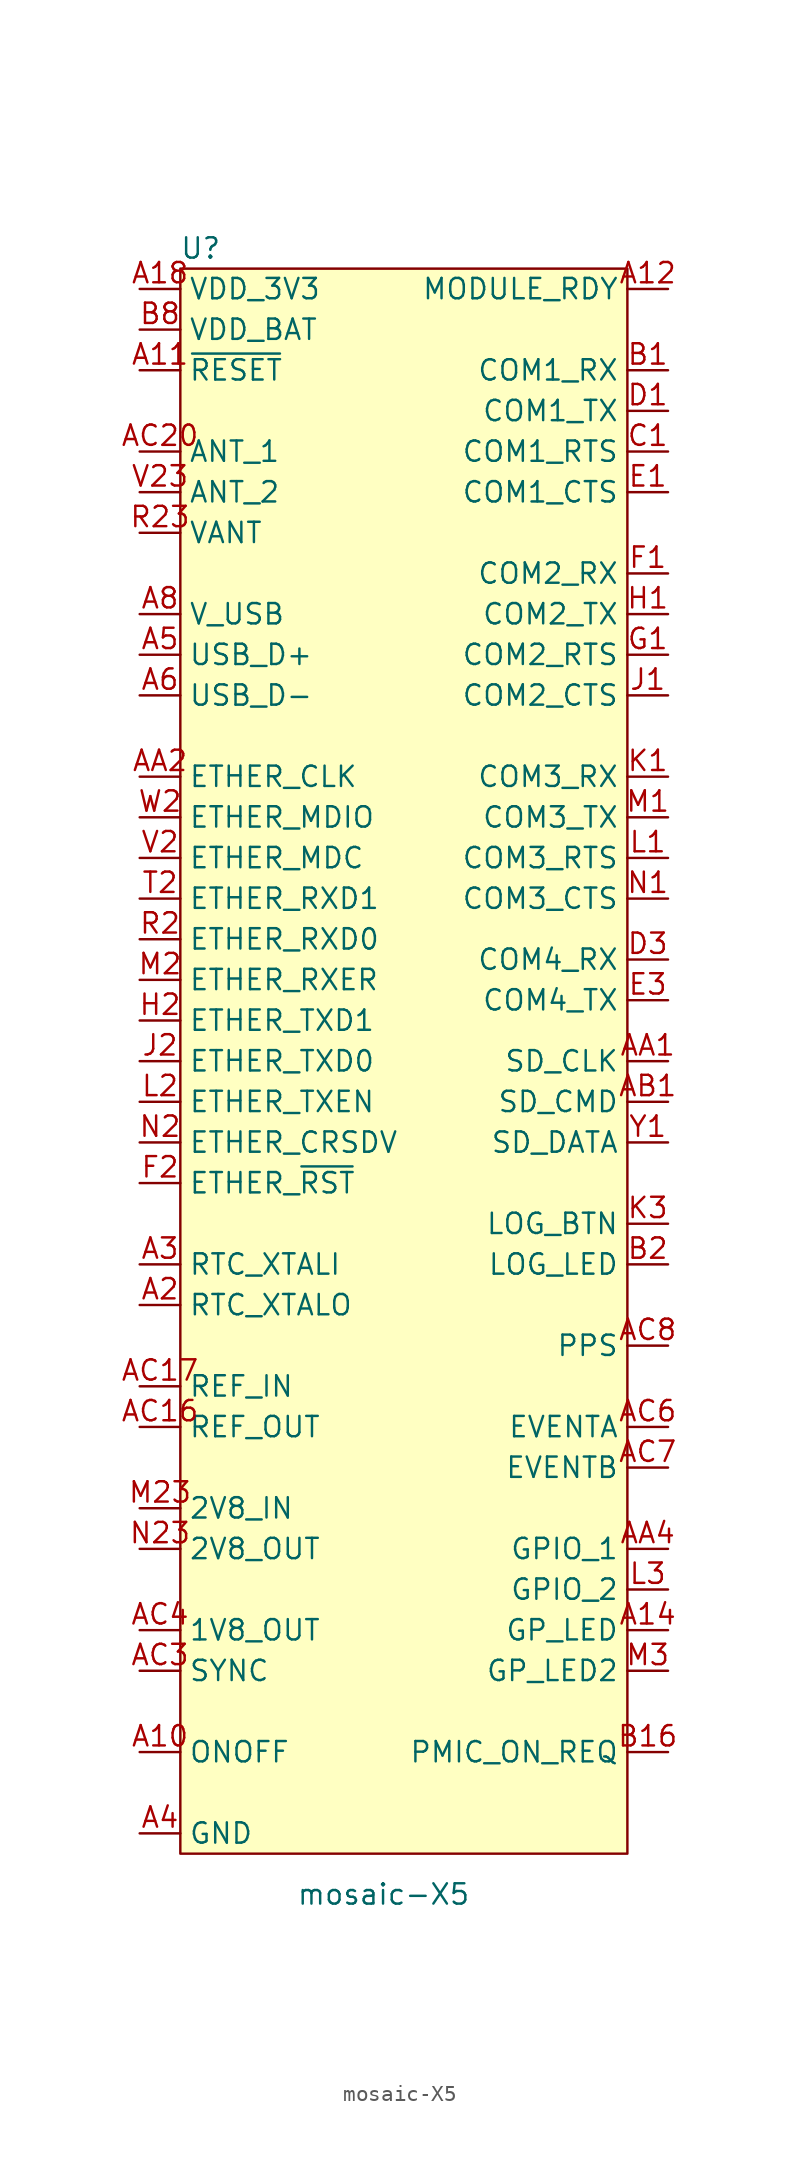
<source format=kicad_sym>
(kicad_symbol_lib
  (version 20231120)
  (generator "kicad_symbol_editor")
  (generator_version "8.0")
  (symbol "mosaic-X5"
    (property "Reference" "U"
      (at -12.7 44.45 0)
      (effects (font (size 1.27 1.27))))
    (property "Value" "mosaic-X5"
      (at -1.27 -58.42 0)
      (effects (font (size 1.27 1.27))))
    (symbol "mosaic-X5_1_1"
      (rectangle (start -13.97 43.18) (end 13.97 -55.88) (stroke (width 0) (type default)) (fill (type background)))
      (pin input line (at -16.51 -49.53 0) (length 2.54) (name "ONOFF" (effects (font (size 1.27 1.27)))) (number "A10" (effects (font (size 1.27 1.27)))))
      (pin input line (at -16.51 36.83 0) (length 2.54) (name "~{RESET}" (effects (font (size 1.27 1.27)))) (number "A11" (effects (font (size 1.27 1.27)))))
      (pin output line (at 16.51 41.91 180) (length 2.54) (name "MODULE_RDY" (effects (font (size 1.27 1.27)))) (number "A12" (effects (font (size 1.27 1.27)))))
      (pin output line (at 16.51 -41.91 180) (length 2.54) (name "GP_LED" (effects (font (size 1.27 1.27)))) (number "A14" (effects (font (size 1.27 1.27)))))
      (pin power_in line (at -16.51 -54.61 0) (length 2.54) hide (name "GND" (effects (font (size 1.27 1.27)))) (number "A15" (effects (font (size 1.27 1.27)))) (alternate "PowerPins" input line))
      (pin power_in line (at -16.51 -54.61 0) (length 2.54) hide (name "GND" (effects (font (size 1.27 1.27)))) (number "A16" (effects (font (size 1.27 1.27)))) (alternate "PowerPins" input line))
      (pin power_in line (at -16.51 -54.61 0) (length 2.54) hide (name "GND" (effects (font (size 1.27 1.27)))) (number "A17" (effects (font (size 1.27 1.27)))) (alternate "PowerPins" input line))
      (pin power_in line (at -16.51 41.91 0) (length 2.54) (name "VDD_3V3" (effects (font (size 1.27 1.27)))) (number "A18" (effects (font (size 1.27 1.27)))))
      (pin power_in line (at -16.51 41.91 0) (length 2.54) hide (name "VDD_3V3" (effects (font (size 1.27 1.27)))) (number "A19" (effects (font (size 1.27 1.27)))))
      (pin output line (at -16.51 -21.59 0) (length 2.54) (name "RTC_XTALO" (effects (font (size 1.27 1.27)))) (number "A2" (effects (font (size 1.27 1.27)))))
      (pin power_in line (at -16.51 41.91 0) (length 2.54) hide (name "VDD_3V3" (effects (font (size 1.27 1.27)))) (number "A20" (effects (font (size 1.27 1.27)))))
      (pin power_in line (at -16.51 -54.61 0) (length 2.54) hide (name "GND" (effects (font (size 1.27 1.27)))) (number "A21" (effects (font (size 1.27 1.27)))) (alternate "PowerPins" input line))
      (pin power_in line (at -16.51 -54.61 0) (length 2.54) hide (name "GND" (effects (font (size 1.27 1.27)))) (number "A22" (effects (font (size 1.27 1.27)))) (alternate "PowerPins" input line))
      (pin power_in line (at -16.51 -54.61 0) (length 2.54) hide (name "GND" (effects (font (size 1.27 1.27)))) (number "A23" (effects (font (size 1.27 1.27)))) (alternate "PowerPins" input line))
      (pin input line (at -16.51 -19.05 0) (length 2.54) (name "RTC_XTALI" (effects (font (size 1.27 1.27)))) (number "A3" (effects (font (size 1.27 1.27)))))
      (pin power_in line (at -16.51 -54.61 0) (length 2.54) (name "GND" (effects (font (size 1.27 1.27)))) (number "A4" (effects (font (size 1.27 1.27)))) (alternate "PowerPins" input line))
      (pin bidirectional line (at -16.51 19.05 0) (length 2.54) (name "USB_D+" (effects (font (size 1.27 1.27)))) (number "A5" (effects (font (size 1.27 1.27)))))
      (pin bidirectional line (at -16.51 16.51 0) (length 2.54) (name "USB_D-" (effects (font (size 1.27 1.27)))) (number "A6" (effects (font (size 1.27 1.27)))))
      (pin power_in line (at -16.51 -54.61 0) (length 2.54) hide (name "GND" (effects (font (size 1.27 1.27)))) (number "A7" (effects (font (size 1.27 1.27)))) (alternate "PowerPins" input line))
      (pin power_in line (at -16.51 21.59 0) (length 2.54) (name "V_USB" (effects (font (size 1.27 1.27)))) (number "A8" (effects (font (size 1.27 1.27)))))
      (pin output line (at 16.51 -6.35 180) (length 2.54) (name "SD_CLK" (effects (font (size 1.27 1.27)))) (number "AA1" (effects (font (size 1.27 1.27)))))
      (pin power_in line (at -16.51 -54.61 0) (length 2.54) hide (name "GND" (effects (font (size 1.27 1.27)))) (number "AA13" (effects (font (size 1.27 1.27)))) (alternate "PowerPins" input line))
      (pin power_in line (at -16.51 -54.61 0) (length 2.54) hide (name "GND" (effects (font (size 1.27 1.27)))) (number "AA14" (effects (font (size 1.27 1.27)))) (alternate "PowerPins" input line))
      (pin power_in line (at -16.51 -54.61 0) (length 2.54) hide (name "GND" (effects (font (size 1.27 1.27)))) (number "AA15" (effects (font (size 1.27 1.27)))) (alternate "PowerPins" input line))
      (pin power_in line (at -16.51 -54.61 0) (length 2.54) hide (name "GND" (effects (font (size 1.27 1.27)))) (number "AA16" (effects (font (size 1.27 1.27)))) (alternate "PowerPins" input line))
      (pin power_in line (at -16.51 -54.61 0) (length 2.54) hide (name "GND" (effects (font (size 1.27 1.27)))) (number "AA17" (effects (font (size 1.27 1.27)))) (alternate "PowerPins" input line))
      (pin power_in line (at -16.51 -54.61 0) (length 2.54) hide (name "GND" (effects (font (size 1.27 1.27)))) (number "AA18" (effects (font (size 1.27 1.27)))) (alternate "PowerPins" input line))
      (pin power_in line (at -16.51 -54.61 0) (length 2.54) hide (name "GND" (effects (font (size 1.27 1.27)))) (number "AA19" (effects (font (size 1.27 1.27)))) (alternate "PowerPins" input line))
      (pin output line (at -16.51 11.43 0) (length 2.54) (name "ETHER_CLK" (effects (font (size 1.27 1.27)))) (number "AA2" (effects (font (size 1.27 1.27)))))
      (pin power_in line (at -16.51 -54.61 0) (length 2.54) hide (name "GND" (effects (font (size 1.27 1.27)))) (number "AA20" (effects (font (size 1.27 1.27)))) (alternate "PowerPins" input line))
      (pin power_in line (at -16.51 -54.61 0) (length 2.54) hide (name "GND" (effects (font (size 1.27 1.27)))) (number "AA21" (effects (font (size 1.27 1.27)))) (alternate "PowerPins" input line))
      (pin power_in line (at -16.51 -54.61 0) (length 2.54) hide (name "GND" (effects (font (size 1.27 1.27)))) (number "AA22" (effects (font (size 1.27 1.27)))) (alternate "PowerPins" input line))
      (pin power_in line (at -16.51 -54.61 0) (length 2.54) hide (name "GND" (effects (font (size 1.27 1.27)))) (number "AA23" (effects (font (size 1.27 1.27)))) (alternate "PowerPins" input line))
      (pin output line (at 16.51 -36.83 180) (length 2.54) (name "GPIO_1" (effects (font (size 1.27 1.27)))) (number "AA4" (effects (font (size 1.27 1.27)))))
      (pin output line (at 16.51 -8.89 180) (length 2.54) (name "SD_CMD" (effects (font (size 1.27 1.27)))) (number "AB1" (effects (font (size 1.27 1.27)))))
      (pin power_in line (at -16.51 -54.61 0) (length 2.54) hide (name "GND" (effects (font (size 1.27 1.27)))) (number "AB13" (effects (font (size 1.27 1.27)))) (alternate "PowerPins" input line))
      (pin power_in line (at -16.51 -54.61 0) (length 2.54) hide (name "GND" (effects (font (size 1.27 1.27)))) (number "AB14" (effects (font (size 1.27 1.27)))) (alternate "PowerPins" input line))
      (pin power_in line (at -16.51 -54.61 0) (length 2.54) hide (name "GND" (effects (font (size 1.27 1.27)))) (number "AB15" (effects (font (size 1.27 1.27)))) (alternate "PowerPins" input line))
      (pin power_in line (at -16.51 -54.61 0) (length 2.54) hide (name "GND" (effects (font (size 1.27 1.27)))) (number "AB16" (effects (font (size 1.27 1.27)))) (alternate "PowerPins" input line))
      (pin power_in line (at -16.51 -54.61 0) (length 2.54) hide (name "GND" (effects (font (size 1.27 1.27)))) (number "AB17" (effects (font (size 1.27 1.27)))) (alternate "PowerPins" input line))
      (pin power_in line (at -16.51 -54.61 0) (length 2.54) hide (name "GND" (effects (font (size 1.27 1.27)))) (number "AB18" (effects (font (size 1.27 1.27)))) (alternate "PowerPins" input line))
      (pin power_in line (at -16.51 -54.61 0) (length 2.54) hide (name "GND" (effects (font (size 1.27 1.27)))) (number "AB19" (effects (font (size 1.27 1.27)))) (alternate "PowerPins" input line))
      (pin power_in line (at -16.51 -54.61 0) (length 2.54) hide (name "GND" (effects (font (size 1.27 1.27)))) (number "AB2" (effects (font (size 1.27 1.27)))) (alternate "PowerPins" input line))
      (pin power_in line (at -16.51 -54.61 0) (length 2.54) hide (name "GND" (effects (font (size 1.27 1.27)))) (number "AB20" (effects (font (size 1.27 1.27)))) (alternate "PowerPins" input line))
      (pin power_in line (at -16.51 -54.61 0) (length 2.54) hide (name "GND" (effects (font (size 1.27 1.27)))) (number "AB21" (effects (font (size 1.27 1.27)))) (alternate "PowerPins" input line))
      (pin power_in line (at -16.51 -54.61 0) (length 2.54) hide (name "GND" (effects (font (size 1.27 1.27)))) (number "AB22" (effects (font (size 1.27 1.27)))) (alternate "PowerPins" input line))
      (pin power_in line (at -16.51 -54.61 0) (length 2.54) hide (name "GND" (effects (font (size 1.27 1.27)))) (number "AB23" (effects (font (size 1.27 1.27)))) (alternate "PowerPins" input line))
      (pin power_in line (at -16.51 -54.61 0) (length 2.54) hide (name "GND" (effects (font (size 1.27 1.27)))) (number "AB3" (effects (font (size 1.27 1.27)))) (alternate "PowerPins" input line))
      (pin power_in line (at -16.51 -54.61 0) (length 2.54) hide (name "GND" (effects (font (size 1.27 1.27)))) (number "AB4" (effects (font (size 1.27 1.27)))) (alternate "PowerPins" input line))
      (pin power_in line (at -16.51 -54.61 0) (length 2.54) hide (name "GND" (effects (font (size 1.27 1.27)))) (number "AB5" (effects (font (size 1.27 1.27)))) (alternate "PowerPins" input line))
      (pin power_in line (at -16.51 -54.61 0) (length 2.54) hide (name "GND" (effects (font (size 1.27 1.27)))) (number "AB6" (effects (font (size 1.27 1.27)))) (alternate "PowerPins" input line))
      (pin power_in line (at -16.51 -54.61 0) (length 2.54) hide (name "GND" (effects (font (size 1.27 1.27)))) (number "AB7" (effects (font (size 1.27 1.27)))) (alternate "PowerPins" input line))
      (pin power_in line (at -16.51 -54.61 0) (length 2.54) hide (name "GND" (effects (font (size 1.27 1.27)))) (number "AB8" (effects (font (size 1.27 1.27)))) (alternate "PowerPins" input line))
      (pin power_in line (at -16.51 -54.61 0) (length 2.54) hide (name "GND" (effects (font (size 1.27 1.27)))) (number "AC13" (effects (font (size 1.27 1.27)))) (alternate "PowerPins" input line))
      (pin no_connect line (at -13.97 -24.13 0) (length 2.54) hide (name "VTUNE" (effects (font (size 1.27 1.27)))) (number "AC14" (effects (font (size 1.27 1.27)))) (alternate "PowerPins" input line))
      (pin power_in line (at -16.51 -54.61 0) (length 2.54) hide (name "GND" (effects (font (size 1.27 1.27)))) (number "AC15" (effects (font (size 1.27 1.27)))) (alternate "PowerPins" input line))
      (pin output line (at -16.51 -29.21 0) (length 2.54) (name "REF_OUT" (effects (font (size 1.27 1.27)))) (number "AC16" (effects (font (size 1.27 1.27)))))
      (pin input line (at -16.51 -26.67 0) (length 2.54) (name "REF_IN" (effects (font (size 1.27 1.27)))) (number "AC17" (effects (font (size 1.27 1.27)))))
      (pin power_in line (at -16.51 -54.61 0) (length 2.54) hide (name "GND" (effects (font (size 1.27 1.27)))) (number "AC18" (effects (font (size 1.27 1.27)))) (alternate "PowerPins" input line))
      (pin power_in line (at -16.51 -54.61 0) (length 2.54) hide (name "GND" (effects (font (size 1.27 1.27)))) (number "AC19" (effects (font (size 1.27 1.27)))) (alternate "PowerPins" input line))
      (pin input line (at -16.51 31.75 0) (length 2.54) (name "ANT_1" (effects (font (size 1.27 1.27)))) (number "AC20" (effects (font (size 1.27 1.27)))))
      (pin power_in line (at -16.51 -54.61 0) (length 2.54) hide (name "GND" (effects (font (size 1.27 1.27)))) (number "AC21" (effects (font (size 1.27 1.27)))) (alternate "PowerPins" input line))
      (pin power_in line (at -16.51 -54.61 0) (length 2.54) hide (name "GND" (effects (font (size 1.27 1.27)))) (number "AC22" (effects (font (size 1.27 1.27)))) (alternate "PowerPins" input line))
      (pin power_in line (at -16.51 -54.61 0) (length 2.54) hide (name "GND" (effects (font (size 1.27 1.27)))) (number "AC23" (effects (font (size 1.27 1.27)))) (alternate "PowerPins" input line))
      (pin input line (at -16.51 -44.45 0) (length 2.54) (name "SYNC" (effects (font (size 1.27 1.27)))) (number "AC3" (effects (font (size 1.27 1.27)))))
      (pin power_out line (at -16.51 -41.91 0) (length 2.54) (name "1V8_OUT" (effects (font (size 1.27 1.27)))) (number "AC4" (effects (font (size 1.27 1.27)))))
      (pin input line (at 16.51 -29.21 180) (length 2.54) (name "EVENTA" (effects (font (size 1.27 1.27)))) (number "AC6" (effects (font (size 1.27 1.27)))))
      (pin input line (at 16.51 -31.75 180) (length 2.54) (name "EVENTB" (effects (font (size 1.27 1.27)))) (number "AC7" (effects (font (size 1.27 1.27)))))
      (pin output line (at 16.51 -24.13 180) (length 2.54) (name "PPS" (effects (font (size 1.27 1.27)))) (number "AC8" (effects (font (size 1.27 1.27)))))
      (pin input line (at 16.51 36.83 180) (length 2.54) (name "COM1_RX" (effects (font (size 1.27 1.27)))) (number "B1" (effects (font (size 1.27 1.27)))))
      (pin power_in line (at -16.51 -54.61 0) (length 2.54) hide (name "GND" (effects (font (size 1.27 1.27)))) (number "B13" (effects (font (size 1.27 1.27)))) (alternate "PowerPins" input line))
      (pin output line (at 16.51 -49.53 180) (length 2.54) (name "PMIC_ON_REQ" (effects (font (size 1.27 1.27)))) (number "B16" (effects (font (size 1.27 1.27)))))
      (pin power_in line (at -16.51 -54.61 0) (length 2.54) hide (name "GND" (effects (font (size 1.27 1.27)))) (number "B17" (effects (font (size 1.27 1.27)))) (alternate "PowerPins" input line))
      (pin power_in line (at -16.51 41.91 0) (length 2.54) hide (name "VDD_3V3" (effects (font (size 1.27 1.27)))) (number "B18" (effects (font (size 1.27 1.27)))))
      (pin power_in line (at -16.51 41.91 0) (length 2.54) hide (name "VDD_3V3" (effects (font (size 1.27 1.27)))) (number "B19" (effects (font (size 1.27 1.27)))))
      (pin output line (at 16.51 -19.05 180) (length 2.54) (name "LOG_LED" (effects (font (size 1.27 1.27)))) (number "B2" (effects (font (size 1.27 1.27)))))
      (pin power_in line (at -16.51 41.91 0) (length 2.54) hide (name "VDD_3V3" (effects (font (size 1.27 1.27)))) (number "B20" (effects (font (size 1.27 1.27)))))
      (pin power_in line (at -16.51 -54.61 0) (length 2.54) hide (name "GND" (effects (font (size 1.27 1.27)))) (number "B21" (effects (font (size 1.27 1.27)))) (alternate "PowerPins" input line))
      (pin power_in line (at -16.51 -54.61 0) (length 2.54) hide (name "GND" (effects (font (size 1.27 1.27)))) (number "B4" (effects (font (size 1.27 1.27)))) (alternate "PowerPins" input line))
      (pin power_in line (at -16.51 -54.61 0) (length 2.54) hide (name "GND" (effects (font (size 1.27 1.27)))) (number "B5" (effects (font (size 1.27 1.27)))) (alternate "PowerPins" input line))
      (pin power_in line (at -16.51 -54.61 0) (length 2.54) hide (name "GND" (effects (font (size 1.27 1.27)))) (number "B6" (effects (font (size 1.27 1.27)))) (alternate "PowerPins" input line))
      (pin power_in line (at -16.51 -54.61 0) (length 2.54) hide (name "GND" (effects (font (size 1.27 1.27)))) (number "B7" (effects (font (size 1.27 1.27)))) (alternate "PowerPins" input line))
      (pin power_in line (at -16.51 39.37 0) (length 2.54) (name "VDD_BAT" (effects (font (size 1.27 1.27)))) (number "B8" (effects (font (size 1.27 1.27)))))
      (pin output line (at 16.51 31.75 180) (length 2.54) (name "COM1_RTS" (effects (font (size 1.27 1.27)))) (number "C1" (effects (font (size 1.27 1.27)))))
      (pin power_in line (at -16.51 -54.61 0) (length 2.54) hide (name "GND" (effects (font (size 1.27 1.27)))) (number "C15" (effects (font (size 1.27 1.27)))) (alternate "PowerPins" input line))
      (pin power_in line (at -16.51 -54.61 0) (length 2.54) hide (name "GND" (effects (font (size 1.27 1.27)))) (number "C16" (effects (font (size 1.27 1.27)))) (alternate "PowerPins" input line))
      (pin power_in line (at -16.51 -54.61 0) (length 2.54) hide (name "GND" (effects (font (size 1.27 1.27)))) (number "C17" (effects (font (size 1.27 1.27)))) (alternate "PowerPins" input line))
      (pin power_in line (at -16.51 41.91 0) (length 2.54) hide (name "VDD_3V3" (effects (font (size 1.27 1.27)))) (number "C18" (effects (font (size 1.27 1.27)))))
      (pin power_in line (at -16.51 41.91 0) (length 2.54) hide (name "VDD_3V3" (effects (font (size 1.27 1.27)))) (number "C19" (effects (font (size 1.27 1.27)))))
      (pin power_in line (at -16.51 41.91 0) (length 2.54) hide (name "VDD_3V3" (effects (font (size 1.27 1.27)))) (number "C20" (effects (font (size 1.27 1.27)))))
      (pin power_in line (at -16.51 -54.61 0) (length 2.54) hide (name "GND" (effects (font (size 1.27 1.27)))) (number "C23" (effects (font (size 1.27 1.27)))) (alternate "PowerPins" input line))
      (pin power_in line (at -16.51 -54.61 0) (length 2.54) hide (name "GND" (effects (font (size 1.27 1.27)))) (number "C4" (effects (font (size 1.27 1.27)))) (alternate "PowerPins" input line))
      (pin power_in line (at -16.51 -54.61 0) (length 2.54) hide (name "GND" (effects (font (size 1.27 1.27)))) (number "C7" (effects (font (size 1.27 1.27)))) (alternate "PowerPins" input line))
      (pin output line (at 16.51 34.29 180) (length 2.54) (name "COM1_TX" (effects (font (size 1.27 1.27)))) (number "D1" (effects (font (size 1.27 1.27)))))
      (pin power_in line (at -16.51 -54.61 0) (length 2.54) hide (name "GND" (effects (font (size 1.27 1.27)))) (number "D2" (effects (font (size 1.27 1.27)))) (alternate "PowerPins" input line))
      (pin power_in line (at -16.51 -54.61 0) (length 2.54) hide (name "GND" (effects (font (size 1.27 1.27)))) (number "D21" (effects (font (size 1.27 1.27)))) (alternate "PowerPins" input line))
      (pin power_in line (at -16.51 -54.61 0) (length 2.54) hide (name "GND" (effects (font (size 1.27 1.27)))) (number "D22" (effects (font (size 1.27 1.27)))) (alternate "PowerPins" input line))
      (pin power_in line (at -16.51 -54.61 0) (length 2.54) hide (name "GND" (effects (font (size 1.27 1.27)))) (number "D23" (effects (font (size 1.27 1.27)))) (alternate "PowerPins" input line))
      (pin output line (at 16.51 0 180) (length 2.54) (name "COM4_RX" (effects (font (size 1.27 1.27)))) (number "D3" (effects (font (size 1.27 1.27)))))
      (pin input line (at 16.51 29.21 180) (length 2.54) (name "COM1_CTS" (effects (font (size 1.27 1.27)))) (number "E1" (effects (font (size 1.27 1.27)))))
      (pin power_in line (at -16.51 -54.61 0) (length 2.54) hide (name "GND" (effects (font (size 1.27 1.27)))) (number "E2" (effects (font (size 1.27 1.27)))) (alternate "PowerPins" input line))
      (pin power_in line (at -16.51 -54.61 0) (length 2.54) hide (name "GND" (effects (font (size 1.27 1.27)))) (number "E21" (effects (font (size 1.27 1.27)))) (alternate "PowerPins" input line))
      (pin power_in line (at -16.51 -54.61 0) (length 2.54) hide (name "GND" (effects (font (size 1.27 1.27)))) (number "E22" (effects (font (size 1.27 1.27)))) (alternate "PowerPins" input line))
      (pin power_in line (at -16.51 -54.61 0) (length 2.54) hide (name "GND" (effects (font (size 1.27 1.27)))) (number "E23" (effects (font (size 1.27 1.27)))) (alternate "PowerPins" input line))
      (pin output line (at 16.51 -2.54 180) (length 2.54) (name "COM4_TX" (effects (font (size 1.27 1.27)))) (number "E3" (effects (font (size 1.27 1.27)))))
      (pin input line (at 16.51 24.13 180) (length 2.54) (name "COM2_RX" (effects (font (size 1.27 1.27)))) (number "F1" (effects (font (size 1.27 1.27)))))
      (pin output line (at -16.51 -13.97 0) (length 2.54) (name "ETHER_~{RST}" (effects (font (size 1.27 1.27)))) (number "F2" (effects (font (size 1.27 1.27)))))
      (pin power_in line (at -16.51 -54.61 0) (length 2.54) hide (name "GND" (effects (font (size 1.27 1.27)))) (number "F21" (effects (font (size 1.27 1.27)))) (alternate "PowerPins" input line))
      (pin power_in line (at -16.51 -54.61 0) (length 2.54) hide (name "GND" (effects (font (size 1.27 1.27)))) (number "F22" (effects (font (size 1.27 1.27)))) (alternate "PowerPins" input line))
      (pin power_in line (at -16.51 -54.61 0) (length 2.54) hide (name "GND" (effects (font (size 1.27 1.27)))) (number "F23" (effects (font (size 1.27 1.27)))) (alternate "PowerPins" input line))
      (pin output line (at 16.51 19.05 180) (length 2.54) (name "COM2_RTS" (effects (font (size 1.27 1.27)))) (number "G1" (effects (font (size 1.27 1.27)))))
      (pin power_in line (at -16.51 -54.61 0) (length 2.54) hide (name "GND" (effects (font (size 1.27 1.27)))) (number "G2" (effects (font (size 1.27 1.27)))) (alternate "PowerPins" input line))
      (pin power_in line (at -16.51 -54.61 0) (length 2.54) hide (name "GND" (effects (font (size 1.27 1.27)))) (number "G21" (effects (font (size 1.27 1.27)))) (alternate "PowerPins" input line))
      (pin power_in line (at -16.51 -54.61 0) (length 2.54) hide (name "GND" (effects (font (size 1.27 1.27)))) (number "G23" (effects (font (size 1.27 1.27)))) (alternate "PowerPins" input line))
      (pin output line (at 16.51 21.59 180) (length 2.54) (name "COM2_TX" (effects (font (size 1.27 1.27)))) (number "H1" (effects (font (size 1.27 1.27)))))
      (pin output line (at -16.51 -3.81 0) (length 2.54) (name "ETHER_TXD1" (effects (font (size 1.27 1.27)))) (number "H2" (effects (font (size 1.27 1.27)))))
      (pin power_in line (at -16.51 -54.61 0) (length 2.54) hide (name "GND" (effects (font (size 1.27 1.27)))) (number "H21" (effects (font (size 1.27 1.27)))) (alternate "PowerPins" input line))
      (pin power_in line (at -16.51 -54.61 0) (length 2.54) hide (name "GND" (effects (font (size 1.27 1.27)))) (number "H22" (effects (font (size 1.27 1.27)))) (alternate "PowerPins" input line))
      (pin power_in line (at -16.51 -54.61 0) (length 2.54) hide (name "GND" (effects (font (size 1.27 1.27)))) (number "H23" (effects (font (size 1.27 1.27)))) (alternate "PowerPins" input line))
      (pin input line (at 16.51 16.51 180) (length 2.54) (name "COM2_CTS" (effects (font (size 1.27 1.27)))) (number "J1" (effects (font (size 1.27 1.27)))))
      (pin output line (at -16.51 -6.35 0) (length 2.54) (name "ETHER_TXD0" (effects (font (size 1.27 1.27)))) (number "J2" (effects (font (size 1.27 1.27)))))
      (pin power_in line (at -16.51 -54.61 0) (length 2.54) hide (name "GND" (effects (font (size 1.27 1.27)))) (number "J21" (effects (font (size 1.27 1.27)))) (alternate "PowerPins" input line))
      (pin power_in line (at -16.51 -54.61 0) (length 2.54) hide (name "GND" (effects (font (size 1.27 1.27)))) (number "J22" (effects (font (size 1.27 1.27)))) (alternate "PowerPins" input line))
      (pin power_in line (at -16.51 -54.61 0) (length 2.54) hide (name "GND" (effects (font (size 1.27 1.27)))) (number "J23" (effects (font (size 1.27 1.27)))) (alternate "PowerPins" input line))
      (pin input line (at 16.51 11.43 180) (length 2.54) (name "COM3_RX" (effects (font (size 1.27 1.27)))) (number "K1" (effects (font (size 1.27 1.27)))))
      (pin power_in line (at -16.51 -54.61 0) (length 2.54) hide (name "GND" (effects (font (size 1.27 1.27)))) (number "K2" (effects (font (size 1.27 1.27)))) (alternate "PowerPins" input line))
      (pin power_in line (at -16.51 -54.61 0) (length 2.54) hide (name "GND" (effects (font (size 1.27 1.27)))) (number "K21" (effects (font (size 1.27 1.27)))) (alternate "PowerPins" input line))
      (pin power_in line (at -16.51 -54.61 0) (length 2.54) hide (name "GND" (effects (font (size 1.27 1.27)))) (number "K22" (effects (font (size 1.27 1.27)))) (alternate "PowerPins" input line))
      (pin power_in line (at -16.51 -54.61 0) (length 2.54) hide (name "GND" (effects (font (size 1.27 1.27)))) (number "K23" (effects (font (size 1.27 1.27)))) (alternate "PowerPins" input line))
      (pin input line (at 16.51 -16.51 180) (length 2.54) (name "LOG_BTN" (effects (font (size 1.27 1.27)))) (number "K3" (effects (font (size 1.27 1.27)))))
      (pin output line (at 16.51 6.35 180) (length 2.54) (name "COM3_RTS" (effects (font (size 1.27 1.27)))) (number "L1" (effects (font (size 1.27 1.27)))))
      (pin output line (at -16.51 -8.89 0) (length 2.54) (name "ETHER_TXEN" (effects (font (size 1.27 1.27)))) (number "L2" (effects (font (size 1.27 1.27)))))
      (pin power_in line (at -16.51 -54.61 0) (length 2.54) hide (name "GND" (effects (font (size 1.27 1.27)))) (number "L21" (effects (font (size 1.27 1.27)))) (alternate "PowerPins" input line))
      (pin power_in line (at -16.51 -54.61 0) (length 2.54) hide (name "GND" (effects (font (size 1.27 1.27)))) (number "L22" (effects (font (size 1.27 1.27)))) (alternate "PowerPins" input line))
      (pin power_in line (at -16.51 -54.61 0) (length 2.54) hide (name "GND" (effects (font (size 1.27 1.27)))) (number "L23" (effects (font (size 1.27 1.27)))) (alternate "PowerPins" input line))
      (pin output line (at 16.51 -39.37 180) (length 2.54) (name "GPIO_2" (effects (font (size 1.27 1.27)))) (number "L3" (effects (font (size 1.27 1.27)))))
      (pin output line (at 16.51 8.89 180) (length 2.54) (name "COM3_TX" (effects (font (size 1.27 1.27)))) (number "M1" (effects (font (size 1.27 1.27)))))
      (pin input line (at -16.51 -1.27 0) (length 2.54) (name "ETHER_RXER" (effects (font (size 1.27 1.27)))) (number "M2" (effects (font (size 1.27 1.27)))))
      (pin power_in line (at -16.51 -54.61 0) (length 2.54) hide (name "GND" (effects (font (size 1.27 1.27)))) (number "M21" (effects (font (size 1.27 1.27)))) (alternate "PowerPins" input line))
      (pin power_in line (at -16.51 -54.61 0) (length 2.54) hide (name "GND" (effects (font (size 1.27 1.27)))) (number "M22" (effects (font (size 1.27 1.27)))) (alternate "PowerPins" input line))
      (pin power_in line (at -16.51 -34.29 0) (length 2.54) (name "2V8_IN" (effects (font (size 1.27 1.27)))) (number "M23" (effects (font (size 1.27 1.27)))))
      (pin output line (at 16.51 -44.45 180) (length 2.54) (name "GP_LED2" (effects (font (size 1.27 1.27)))) (number "M3" (effects (font (size 1.27 1.27)))))
      (pin input line (at 16.51 3.81 180) (length 2.54) (name "COM3_CTS" (effects (font (size 1.27 1.27)))) (number "N1" (effects (font (size 1.27 1.27)))))
      (pin input line (at -16.51 -11.43 0) (length 2.54) (name "ETHER_CRSDV" (effects (font (size 1.27 1.27)))) (number "N2" (effects (font (size 1.27 1.27)))))
      (pin power_in line (at -16.51 -54.61 0) (length 2.54) hide (name "GND" (effects (font (size 1.27 1.27)))) (number "N21" (effects (font (size 1.27 1.27)))) (alternate "PowerPins" input line))
      (pin power_in line (at -16.51 -54.61 0) (length 2.54) hide (name "GND" (effects (font (size 1.27 1.27)))) (number "N22" (effects (font (size 1.27 1.27)))) (alternate "PowerPins" input line))
      (pin power_out line (at -16.51 -36.83 0) (length 2.54) (name "2V8_OUT" (effects (font (size 1.27 1.27)))) (number "N23" (effects (font (size 1.27 1.27)))))
      (pin power_in line (at -16.51 -54.61 0) (length 2.54) hide (name "GND" (effects (font (size 1.27 1.27)))) (number "P1" (effects (font (size 1.27 1.27)))) (alternate "PowerPins" input line))
      (pin power_in line (at -16.51 -54.61 0) (length 2.54) hide (name "GND" (effects (font (size 1.27 1.27)))) (number "P2" (effects (font (size 1.27 1.27)))) (alternate "PowerPins" input line))
      (pin power_in line (at -16.51 -54.61 0) (length 2.54) hide (name "GND" (effects (font (size 1.27 1.27)))) (number "P21" (effects (font (size 1.27 1.27)))) (alternate "PowerPins" input line))
      (pin power_in line (at -16.51 -54.61 0) (length 2.54) hide (name "GND" (effects (font (size 1.27 1.27)))) (number "P22" (effects (font (size 1.27 1.27)))) (alternate "PowerPins" input line))
      (pin power_in line (at -16.51 26.67 0) (length 2.54) hide (name "VANT" (effects (font (size 1.27 1.27)))) (number "P23" (effects (font (size 1.27 1.27)))))
      (pin power_in line (at -16.51 -54.61 0) (length 2.54) hide (name "GND" (effects (font (size 1.27 1.27)))) (number "P3" (effects (font (size 1.27 1.27)))) (alternate "PowerPins" input line))
      (pin input line (at -16.51 1.27 0) (length 2.54) (name "ETHER_RXD0" (effects (font (size 1.27 1.27)))) (number "R2" (effects (font (size 1.27 1.27)))))
      (pin power_in line (at -16.51 -54.61 0) (length 2.54) hide (name "GND" (effects (font (size 1.27 1.27)))) (number "R21" (effects (font (size 1.27 1.27)))) (alternate "PowerPins" input line))
      (pin power_in line (at -16.51 -54.61 0) (length 2.54) hide (name "GND" (effects (font (size 1.27 1.27)))) (number "R22" (effects (font (size 1.27 1.27)))) (alternate "PowerPins" input line))
      (pin power_in line (at -16.51 26.67 0) (length 2.54) (name "VANT" (effects (font (size 1.27 1.27)))) (number "R23" (effects (font (size 1.27 1.27)))))
      (pin power_in line (at -16.51 -54.61 0) (length 2.54) hide (name "GND" (effects (font (size 1.27 1.27)))) (number "R3" (effects (font (size 1.27 1.27)))) (alternate "PowerPins" input line))
      (pin input line (at -16.51 3.81 0) (length 2.54) (name "ETHER_RXD1" (effects (font (size 1.27 1.27)))) (number "T2" (effects (font (size 1.27 1.27)))))
      (pin power_in line (at -16.51 -54.61 0) (length 2.54) hide (name "GND" (effects (font (size 1.27 1.27)))) (number "T21" (effects (font (size 1.27 1.27)))) (alternate "PowerPins" input line))
      (pin power_in line (at -16.51 -54.61 0) (length 2.54) hide (name "GND" (effects (font (size 1.27 1.27)))) (number "T22" (effects (font (size 1.27 1.27)))) (alternate "PowerPins" input line))
      (pin power_in line (at -16.51 -54.61 0) (length 2.54) hide (name "GND" (effects (font (size 1.27 1.27)))) (number "T23" (effects (font (size 1.27 1.27)))) (alternate "PowerPins" input line))
      (pin power_in line (at -16.51 -54.61 0) (length 2.54) hide (name "GND" (effects (font (size 1.27 1.27)))) (number "U2" (effects (font (size 1.27 1.27)))) (alternate "PowerPins" input line))
      (pin power_in line (at -16.51 -54.61 0) (length 2.54) hide (name "GND" (effects (font (size 1.27 1.27)))) (number "U21" (effects (font (size 1.27 1.27)))) (alternate "PowerPins" input line))
      (pin power_in line (at -16.51 -54.61 0) (length 2.54) hide (name "GND" (effects (font (size 1.27 1.27)))) (number "U22" (effects (font (size 1.27 1.27)))) (alternate "PowerPins" input line))
      (pin power_in line (at -16.51 -54.61 0) (length 2.54) hide (name "GND" (effects (font (size 1.27 1.27)))) (number "U23" (effects (font (size 1.27 1.27)))) (alternate "PowerPins" input line))
      (pin output line (at -16.51 6.35 0) (length 2.54) (name "ETHER_MDC" (effects (font (size 1.27 1.27)))) (number "V2" (effects (font (size 1.27 1.27)))))
      (pin power_in line (at -16.51 -54.61 0) (length 2.54) hide (name "GND" (effects (font (size 1.27 1.27)))) (number "V21" (effects (font (size 1.27 1.27)))) (alternate "PowerPins" input line))
      (pin power_in line (at -16.51 -54.61 0) (length 2.54) hide (name "GND" (effects (font (size 1.27 1.27)))) (number "V22" (effects (font (size 1.27 1.27)))) (alternate "PowerPins" input line))
      (pin input line (at -16.51 29.21 0) (length 2.54) (name "ANT_2" (effects (font (size 1.27 1.27)))) (number "V23" (effects (font (size 1.27 1.27)))))
      (pin bidirectional line (at -16.51 8.89 0) (length 2.54) (name "ETHER_MDIO" (effects (font (size 1.27 1.27)))) (number "W2" (effects (font (size 1.27 1.27)))))
      (pin power_in line (at -16.51 -54.61 0) (length 2.54) hide (name "GND" (effects (font (size 1.27 1.27)))) (number "W21" (effects (font (size 1.27 1.27)))) (alternate "PowerPins" input line))
      (pin power_in line (at -16.51 -54.61 0) (length 2.54) hide (name "GND" (effects (font (size 1.27 1.27)))) (number "W22" (effects (font (size 1.27 1.27)))) (alternate "PowerPins" input line))
      (pin power_in line (at -16.51 -54.61 0) (length 2.54) hide (name "GND" (effects (font (size 1.27 1.27)))) (number "W23" (effects (font (size 1.27 1.27)))) (alternate "PowerPins" input line))
      (pin bidirectional line (at 16.51 -11.43 180) (length 2.54) (name "SD_DATA" (effects (font (size 1.27 1.27)))) (number "Y1" (effects (font (size 1.27 1.27)))))
      (pin power_in line (at -16.51 -54.61 0) (length 2.54) hide (name "GND" (effects (font (size 1.27 1.27)))) (number "Y2" (effects (font (size 1.27 1.27)))) (alternate "PowerPins" input line))
      (pin power_in line (at -16.51 -54.61 0) (length 2.54) hide (name "GND" (effects (font (size 1.27 1.27)))) (number "Y21" (effects (font (size 1.27 1.27)))) (alternate "PowerPins" input line))
      (pin power_in line (at -16.51 -54.61 0) (length 2.54) hide (name "GND" (effects (font (size 1.27 1.27)))) (number "Y22" (effects (font (size 1.27 1.27)))) (alternate "PowerPins" input line))
      (pin power_in line (at -16.51 -54.61 0) (length 2.54) hide (name "GND" (effects (font (size 1.27 1.27)))) (number "Y23" (effects (font (size 1.27 1.27)))) (alternate "PowerPins" input line)))))
</source>
